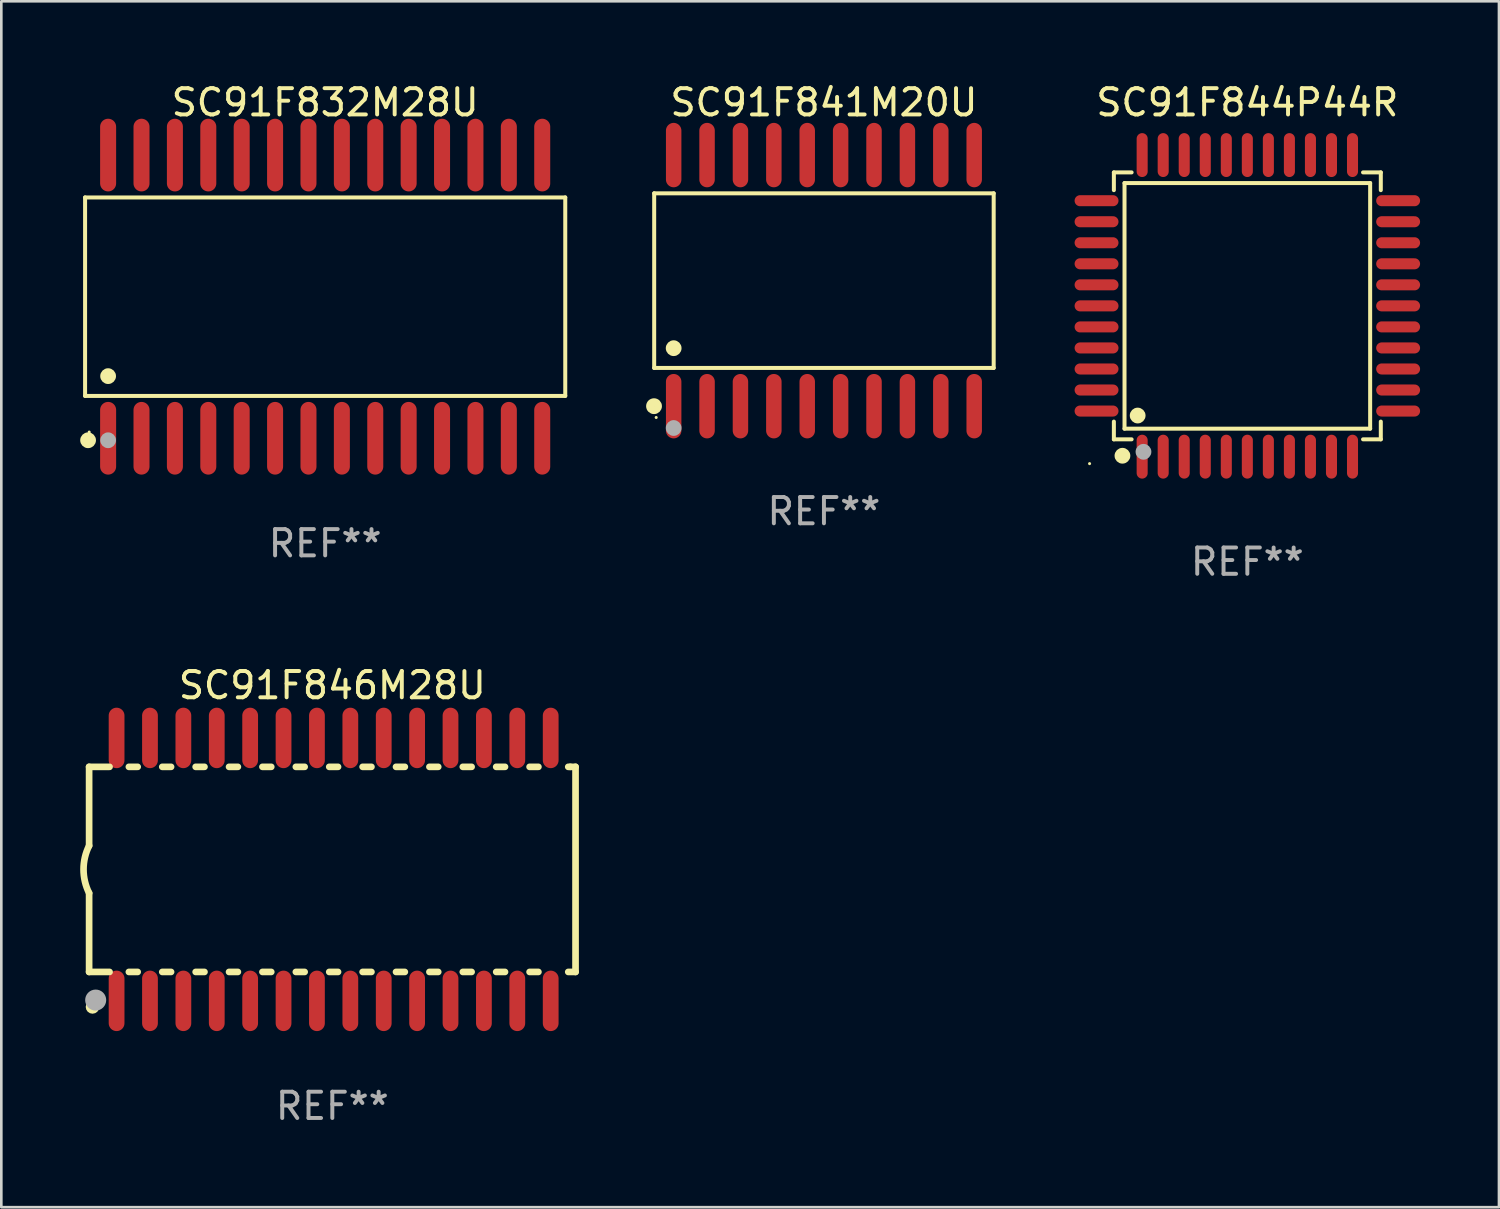
<source format=kicad_pcb>
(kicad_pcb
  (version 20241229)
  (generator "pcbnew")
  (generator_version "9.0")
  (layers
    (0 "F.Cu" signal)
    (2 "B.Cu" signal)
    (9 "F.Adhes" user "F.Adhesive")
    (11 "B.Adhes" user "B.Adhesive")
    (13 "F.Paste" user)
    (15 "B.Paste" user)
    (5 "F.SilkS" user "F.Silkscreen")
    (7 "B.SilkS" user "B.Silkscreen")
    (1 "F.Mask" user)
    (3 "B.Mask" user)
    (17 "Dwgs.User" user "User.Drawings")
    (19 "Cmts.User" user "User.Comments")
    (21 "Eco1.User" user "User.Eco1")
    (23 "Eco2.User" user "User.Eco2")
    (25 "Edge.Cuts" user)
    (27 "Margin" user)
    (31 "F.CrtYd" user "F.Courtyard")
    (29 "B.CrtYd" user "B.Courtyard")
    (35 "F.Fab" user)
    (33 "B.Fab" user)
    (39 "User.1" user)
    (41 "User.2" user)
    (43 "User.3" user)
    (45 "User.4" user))
  (footprint "SC91F841M20U"
    (layer "F.Cu")
    (at 28.286 7.623)
    (property "Reference" "SC91F841M20U" (at 0 -6.775 0) (layer "F.SilkS") (effects (font (size 1 1) (thickness 0.15))))
    (attr through_hole)
    (fp_line (start -6.456 -3.321) (end 6.456 -3.321) (stroke (width 0.152) (type solid)) (layer "F.SilkS"))
    (fp_line (start -6.456 3.321) (end -6.456 -3.321) (stroke (width 0.152) (type solid)) (layer "F.SilkS"))
    (fp_line (start 6.456 -3.321) (end 6.456 3.321) (stroke (width 0.152) (type solid)) (layer "F.SilkS"))
    (fp_line (start 6.456 3.321) (end -6.456 3.321) (stroke (width 0.152) (type solid)) (layer "F.SilkS"))
    (fp_circle (center -6.462 4.775) (end -6.311 4.775) (stroke (width 0.3) (type solid)) (fill no) (layer "F.SilkS"))
    (fp_circle (center -6.38 5.205) (end -6.35 5.205) (stroke (width 0.06) (type solid)) (fill no) (layer "F.SilkS"))
    (fp_circle (center -5.715 2.569) (end -5.565 2.569) (stroke (width 0.3) (type solid)) (fill no) (layer "F.SilkS"))
    (fp_circle (center -5.715 5.605) (end -5.565 5.605) (stroke (width 0.3) (type solid)) (fill no) (layer "F.Fab"))
    (fp_text user "REF**" (at 0 8.775 0) (layer "F.Fab") (effects (font (size 1 1) (thickness 0.15))))
    (pad "1" smd oval (at -5.715 4.775) (size 0.588 2.45) (layers "F.Cu" "F.Mask" "F.Paste"))
    (pad "2" smd oval (at -4.445 4.775) (size 0.588 2.45) (layers "F.Cu" "F.Mask" "F.Paste"))
    (pad "3" smd oval (at -3.175 4.775) (size 0.588 2.45) (layers "F.Cu" "F.Mask" "F.Paste"))
    (pad "4" smd oval (at -1.905 4.775) (size 0.588 2.45) (layers "F.Cu" "F.Mask" "F.Paste"))
    (pad "5" smd oval (at -0.635 4.775) (size 0.588 2.45) (layers "F.Cu" "F.Mask" "F.Paste"))
    (pad "6" smd oval (at 0.635 4.775) (size 0.588 2.45) (layers "F.Cu" "F.Mask" "F.Paste"))
    (pad "7" smd oval (at 1.905 4.775) (size 0.588 2.45) (layers "F.Cu" "F.Mask" "F.Paste"))
    (pad "8" smd oval (at 3.175 4.775) (size 0.588 2.45) (layers "F.Cu" "F.Mask" "F.Paste"))
    (pad "9" smd oval (at 4.445 4.775) (size 0.588 2.45) (layers "F.Cu" "F.Mask" "F.Paste"))
    (pad "10" smd oval (at 5.715 4.775) (size 0.588 2.45) (layers "F.Cu" "F.Mask" "F.Paste"))
    (pad "11" smd oval (at 5.715 -4.775) (size 0.588 2.45) (layers "F.Cu" "F.Mask" "F.Paste"))
    (pad "12" smd oval (at 4.445 -4.775) (size 0.588 2.45) (layers "F.Cu" "F.Mask" "F.Paste"))
    (pad "13" smd oval (at 3.175 -4.775) (size 0.588 2.45) (layers "F.Cu" "F.Mask" "F.Paste"))
    (pad "14" smd oval (at 1.905 -4.775) (size 0.588 2.45) (layers "F.Cu" "F.Mask" "F.Paste"))
    (pad "15" smd oval (at 0.635 -4.775) (size 0.588 2.45) (layers "F.Cu" "F.Mask" "F.Paste"))
    (pad "16" smd oval (at -0.635 -4.775) (size 0.588 2.45) (layers "F.Cu" "F.Mask" "F.Paste"))
    (pad "17" smd oval (at -1.905 -4.775) (size 0.588 2.45) (layers "F.Cu" "F.Mask" "F.Paste"))
    (pad "18" smd oval (at -3.175 -4.775) (size 0.588 2.45) (layers "F.Cu" "F.Mask" "F.Paste"))
    (pad "19" smd oval (at -4.445 -4.775) (size 0.588 2.45) (layers "F.Cu" "F.Mask" "F.Paste"))
    (pad "20" smd oval (at -5.715 -4.775) (size 0.588 2.45) (layers "F.Cu" "F.Mask" "F.Paste")))
  (footprint "SC91F846M28U"
    (layer "F.Cu")
    (at 9.589 30.015)
    (property "Reference" "SC91F846M28U" (at 0 -7 0) (layer "F.SilkS") (effects (font (size 1 1) (thickness 0.15))))
    (attr through_hole)
    (fp_line (start -9.25 -3.9) (end -9.25 -0.9) (stroke (width 0.254) (type solid)) (layer "F.SilkS"))
    (fp_line (start -9.25 -3.9) (end -8.473 -3.9) (stroke (width 0.254) (type solid)) (layer "F.SilkS"))
    (fp_line (start -9.25 3.9) (end -9.25 0.9) (stroke (width 0.254) (type solid)) (layer "F.SilkS"))
    (fp_line (start -9.25 3.9) (end -8.473 3.9) (stroke (width 0.254) (type solid)) (layer "F.SilkS"))
    (fp_line (start -7.737 -3.9) (end -7.403 -3.9) (stroke (width 0.254) (type solid)) (layer "F.SilkS"))
    (fp_line (start -7.737 3.9) (end -7.403 3.9) (stroke (width 0.254) (type solid)) (layer "F.SilkS"))
    (fp_line (start -6.467 3.9) (end -6.133 3.9) (stroke (width 0.254) (type solid)) (layer "F.SilkS"))
    (fp_line (start -6.467 -3.9) (end -6.133 -3.9) (stroke (width 0.254) (type solid)) (layer "F.SilkS"))
    (fp_line (start -5.197 3.9) (end -4.863 3.9) (stroke (width 0.254) (type solid)) (layer "F.SilkS"))
    (fp_line (start -5.197 -3.9) (end -4.863 -3.9) (stroke (width 0.254) (type solid)) (layer "F.SilkS"))
    (fp_line (start -3.927 3.9) (end -3.593 3.9) (stroke (width 0.254) (type solid)) (layer "F.SilkS"))
    (fp_line (start -3.927 -3.9) (end -3.593 -3.9) (stroke (width 0.254) (type solid)) (layer "F.SilkS"))
    (fp_line (start -2.657 3.9) (end -2.323 3.9) (stroke (width 0.254) (type solid)) (layer "F.SilkS"))
    (fp_line (start -2.657 -3.9) (end -2.323 -3.9) (stroke (width 0.254) (type solid)) (layer "F.SilkS"))
    (fp_line (start -1.387 3.9) (end -1.053 3.9) (stroke (width 0.254) (type solid)) (layer "F.SilkS"))
    (fp_line (start -1.387 -3.9) (end -1.053 -3.9) (stroke (width 0.254) (type solid)) (layer "F.SilkS"))
    (fp_line (start -0.117 3.9) (end 0.217 3.9) (stroke (width 0.254) (type solid)) (layer "F.SilkS"))
    (fp_line (start -0.117 -3.9) (end 0.217 -3.9) (stroke (width 0.254) (type solid)) (layer "F.SilkS"))
    (fp_line (start 1.153 3.9) (end 1.487 3.9) (stroke (width 0.254) (type solid)) (layer "F.SilkS"))
    (fp_line (start 1.153 -3.9) (end 1.487 -3.9) (stroke (width 0.254) (type solid)) (layer "F.SilkS"))
    (fp_line (start 2.423 3.9) (end 2.757 3.9) (stroke (width 0.254) (type solid)) (layer "F.SilkS"))
    (fp_line (start 2.423 -3.9) (end 2.757 -3.9) (stroke (width 0.254) (type solid)) (layer "F.SilkS"))
    (fp_line (start 3.693 3.9) (end 4.027 3.9) (stroke (width 0.254) (type solid)) (layer "F.SilkS"))
    (fp_line (start 3.693 -3.9) (end 4.027 -3.9) (stroke (width 0.254) (type solid)) (layer "F.SilkS"))
    (fp_line (start 4.963 3.9) (end 5.297 3.9) (stroke (width 0.254) (type solid)) (layer "F.SilkS"))
    (fp_line (start 4.963 -3.9) (end 5.297 -3.9) (stroke (width 0.254) (type solid)) (layer "F.SilkS"))
    (fp_line (start 6.233 3.9) (end 6.567 3.9) (stroke (width 0.254) (type solid)) (layer "F.SilkS"))
    (fp_line (start 6.233 -3.9) (end 6.567 -3.9) (stroke (width 0.254) (type solid)) (layer "F.SilkS"))
    (fp_line (start 7.503 -3.9) (end 7.837 -3.9) (stroke (width 0.254) (type solid)) (layer "F.SilkS"))
    (fp_line (start 7.503 3.9) (end 7.837 3.9) (stroke (width 0.254) (type solid)) (layer "F.SilkS"))
    (fp_line (start 8.973 -3.9) (end 9.05 -3.9) (stroke (width 0.254) (type solid)) (layer "F.SilkS"))
    (fp_line (start 8.973 3.9) (end 9.25 3.9) (stroke (width 0.254) (type solid)) (layer "F.SilkS"))
    (fp_line (start 9.05 -3.9) (end 9.25 -3.9) (stroke (width 0.254) (type solid)) (layer "F.SilkS"))
    (fp_line (start 9.25 -3.9) (end 9.25 3.9) (stroke (width 0.254) (type solid)) (layer "F.SilkS"))
    (fp_arc (start -9.249619 0.900432) (mid -9.462013 0.000246) (end -9.249873 -0.9) (stroke (width 0.254001) (type solid)) (layer "F.SilkS"))
    (fp_circle (center -9.2 5.3) (end -9.17 5.3) (stroke (width 0.06) (type solid)) (fill no) (layer "F.SilkS"))
    (fp_circle (center -9.12 5.23) (end -8.988 5.23) (stroke (width 0.254) (type solid)) (fill no) (layer "F.SilkS"))
    (fp_circle (center -9 4.97) (end -8.8 4.97) (stroke (width 0.4) (type solid)) (fill no) (layer "F.Fab"))
    (fp_text user "REF**" (at 0 9 0) (layer "F.Fab") (effects (font (size 1 1) (thickness 0.15))))
    (pad "1" smd oval (at -8.205 5) (size 0.6 2.3) (layers "F.Cu" "F.Mask" "F.Paste"))
    (pad "2" smd oval (at -6.935 5) (size 0.6 2.3) (layers "F.Cu" "F.Mask" "F.Paste"))
    (pad "3" smd oval (at -5.665 5) (size 0.6 2.3) (layers "F.Cu" "F.Mask" "F.Paste"))
    (pad "4" smd oval (at -4.395 5) (size 0.6 2.3) (layers "F.Cu" "F.Mask" "F.Paste"))
    (pad "5" smd oval (at -3.125 5) (size 0.6 2.3) (layers "F.Cu" "F.Mask" "F.Paste"))
    (pad "6" smd oval (at -1.855 5) (size 0.6 2.3) (layers "F.Cu" "F.Mask" "F.Paste"))
    (pad "7" smd oval (at -0.585 5) (size 0.6 2.3) (layers "F.Cu" "F.Mask" "F.Paste"))
    (pad "8" smd oval (at 0.685 5) (size 0.6 2.3) (layers "F.Cu" "F.Mask" "F.Paste"))
    (pad "9" smd oval (at 1.955 5) (size 0.6 2.3) (layers "F.Cu" "F.Mask" "F.Paste"))
    (pad "10" smd oval (at 3.225 5) (size 0.6 2.3) (layers "F.Cu" "F.Mask" "F.Paste"))
    (pad "11" smd oval (at 4.495 5) (size 0.6 2.3) (layers "F.Cu" "F.Mask" "F.Paste"))
    (pad "12" smd oval (at 5.765 5) (size 0.6 2.3) (layers "F.Cu" "F.Mask" "F.Paste"))
    (pad "13" smd oval (at 7.035 5) (size 0.6 2.3) (layers "F.Cu" "F.Mask" "F.Paste"))
    (pad "14" smd oval (at 8.305 5) (size 0.6 2.3) (layers "F.Cu" "F.Mask" "F.Paste"))
    (pad "15" smd oval (at 8.305 -5) (size 0.6 2.3) (layers "F.Cu" "F.Mask" "F.Paste"))
    (pad "16" smd oval (at 7.035 -5) (size 0.6 2.3) (layers "F.Cu" "F.Mask" "F.Paste"))
    (pad "17" smd oval (at 5.765 -5) (size 0.6 2.3) (layers "F.Cu" "F.Mask" "F.Paste"))
    (pad "18" smd oval (at 4.495 -5) (size 0.6 2.3) (layers "F.Cu" "F.Mask" "F.Paste"))
    (pad "19" smd oval (at 3.225 -5) (size 0.6 2.3) (layers "F.Cu" "F.Mask" "F.Paste"))
    (pad "20" smd oval (at 1.955 -5) (size 0.6 2.3) (layers "F.Cu" "F.Mask" "F.Paste"))
    (pad "21" smd oval (at 0.685 -5) (size 0.6 2.3) (layers "F.Cu" "F.Mask" "F.Paste"))
    (pad "22" smd oval (at -0.585 -5) (size 0.6 2.3) (layers "F.Cu" "F.Mask" "F.Paste"))
    (pad "23" smd oval (at -1.855 -5) (size 0.6 2.3) (layers "F.Cu" "F.Mask" "F.Paste"))
    (pad "24" smd oval (at -3.125 -5) (size 0.6 2.3) (layers "F.Cu" "F.Mask" "F.Paste"))
    (pad "25" smd oval (at -4.395 -5) (size 0.6 2.3) (layers "F.Cu" "F.Mask" "F.Paste"))
    (pad "26" smd oval (at -5.665 -5) (size 0.6 2.3) (layers "F.Cu" "F.Mask" "F.Paste"))
    (pad "27" smd oval (at -6.935 -5) (size 0.6 2.3) (layers "F.Cu" "F.Mask" "F.Paste"))
    (pad "28" smd oval (at -8.205 -5) (size 0.6 2.3) (layers "F.Cu" "F.Mask" "F.Paste")))
  (footprint "SC91F832M28U"
    (layer "F.Cu")
    (at 9.317 8.233)
    (property "Reference" "SC91F832M28U" (at 0 -7.385 0) (layer "F.SilkS") (effects (font (size 1 1) (thickness 0.15))))
    (attr through_hole)
    (fp_line (start -9.131 -3.774) (end 9.131 -3.774) (stroke (width 0.152) (type solid)) (layer "F.SilkS"))
    (fp_line (start -9.131 3.774) (end -9.131 -3.774) (stroke (width 0.152) (type solid)) (layer "F.SilkS"))
    (fp_line (start 9.131 -3.774) (end 9.131 3.774) (stroke (width 0.152) (type solid)) (layer "F.SilkS"))
    (fp_line (start 9.131 3.774) (end -9.131 3.774) (stroke (width 0.152) (type solid)) (layer "F.SilkS"))
    (fp_circle (center -9.017 5.461) (end -8.867 5.461) (stroke (width 0.3) (type solid)) (fill no) (layer "F.SilkS"))
    (fp_circle (center -8.975 5.15) (end -8.945 5.15) (stroke (width 0.06) (type solid)) (fill no) (layer "F.SilkS"))
    (fp_circle (center -8.255 3.022) (end -8.105 3.022) (stroke (width 0.3) (type solid)) (fill no) (layer "F.SilkS"))
    (fp_circle (center -8.255 5.461) (end -8.105 5.461) (stroke (width 0.3) (type solid)) (fill no) (layer "F.Fab"))
    (fp_text user "REF**" (at 0 9.385 0) (layer "F.Fab") (effects (font (size 1 1) (thickness 0.15))))
    (pad "1" smd oval (at -8.255 5.385) (size 0.609 2.765) (layers "F.Cu" "F.Mask" "F.Paste"))
    (pad "2" smd oval (at -6.985 5.385) (size 0.609 2.765) (layers "F.Cu" "F.Mask" "F.Paste"))
    (pad "3" smd oval (at -5.715 5.385) (size 0.609 2.765) (layers "F.Cu" "F.Mask" "F.Paste"))
    (pad "4" smd oval (at -4.445 5.385) (size 0.609 2.765) (layers "F.Cu" "F.Mask" "F.Paste"))
    (pad "5" smd oval (at -3.175 5.385) (size 0.609 2.765) (layers "F.Cu" "F.Mask" "F.Paste"))
    (pad "6" smd oval (at -1.905 5.385) (size 0.609 2.765) (layers "F.Cu" "F.Mask" "F.Paste"))
    (pad "7" smd oval (at -0.635 5.385) (size 0.609 2.765) (layers "F.Cu" "F.Mask" "F.Paste"))
    (pad "8" smd oval (at 0.635 5.385) (size 0.609 2.765) (layers "F.Cu" "F.Mask" "F.Paste"))
    (pad "9" smd oval (at 1.905 5.385) (size 0.609 2.765) (layers "F.Cu" "F.Mask" "F.Paste"))
    (pad "10" smd oval (at 3.175 5.385) (size 0.609 2.765) (layers "F.Cu" "F.Mask" "F.Paste"))
    (pad "11" smd oval (at 4.445 5.385) (size 0.609 2.765) (layers "F.Cu" "F.Mask" "F.Paste"))
    (pad "12" smd oval (at 5.715 5.385) (size 0.609 2.765) (layers "F.Cu" "F.Mask" "F.Paste"))
    (pad "13" smd oval (at 6.985 5.385) (size 0.609 2.765) (layers "F.Cu" "F.Mask" "F.Paste"))
    (pad "14" smd oval (at 8.255 5.385) (size 0.609 2.765) (layers "F.Cu" "F.Mask" "F.Paste"))
    (pad "15" smd oval (at 8.255 -5.385) (size 0.609 2.765) (layers "F.Cu" "F.Mask" "F.Paste"))
    (pad "16" smd oval (at 6.985 -5.385) (size 0.609 2.765) (layers "F.Cu" "F.Mask" "F.Paste"))
    (pad "17" smd oval (at 5.715 -5.385) (size 0.609 2.765) (layers "F.Cu" "F.Mask" "F.Paste"))
    (pad "18" smd oval (at 4.445 -5.385) (size 0.609 2.765) (layers "F.Cu" "F.Mask" "F.Paste"))
    (pad "19" smd oval (at 3.175 -5.385) (size 0.609 2.765) (layers "F.Cu" "F.Mask" "F.Paste"))
    (pad "20" smd oval (at 1.905 -5.385) (size 0.609 2.765) (layers "F.Cu" "F.Mask" "F.Paste"))
    (pad "21" smd oval (at 0.635 -5.385) (size 0.609 2.765) (layers "F.Cu" "F.Mask" "F.Paste"))
    (pad "22" smd oval (at -0.635 -5.385) (size 0.609 2.765) (layers "F.Cu" "F.Mask" "F.Paste"))
    (pad "23" smd oval (at -1.905 -5.385) (size 0.609 2.765) (layers "F.Cu" "F.Mask" "F.Paste"))
    (pad "24" smd oval (at -3.175 -5.385) (size 0.609 2.765) (layers "F.Cu" "F.Mask" "F.Paste"))
    (pad "25" smd oval (at -4.445 -5.385) (size 0.609 2.765) (layers "F.Cu" "F.Mask" "F.Paste"))
    (pad "26" smd oval (at -5.715 -5.385) (size 0.609 2.765) (layers "F.Cu" "F.Mask" "F.Paste"))
    (pad "27" smd oval (at -6.985 -5.385) (size 0.609 2.765) (layers "F.Cu" "F.Mask" "F.Paste"))
    (pad "28" smd oval (at -8.255 -5.385) (size 0.609 2.765) (layers "F.Cu" "F.Mask" "F.Paste")))
  (footprint "SC91F844P44R"
    (layer "F.Cu")
    (at 44.389 8.583)
    (property "Reference" "SC91F844P44R" (at 0 -7.735 0) (layer "F.SilkS") (effects (font (size 1 1) (thickness 0.15))))
    (attr through_hole)
    (fp_line (start -5.076 -5.076) (end -4.401 -5.076) (stroke (width 0.152) (type solid)) (layer "F.SilkS"))
    (fp_line (start -5.076 -4.401) (end -5.076 -5.076) (stroke (width 0.152) (type solid)) (layer "F.SilkS"))
    (fp_line (start -5.076 4.401) (end -5.076 5.076) (stroke (width 0.152) (type solid)) (layer "F.SilkS"))
    (fp_line (start -5.076 5.076) (end -4.401 5.076) (stroke (width 0.152) (type solid)) (layer "F.SilkS"))
    (fp_line (start -4.671 -4.671) (end 4.671 -4.671) (stroke (width 0.152) (type solid)) (layer "F.SilkS"))
    (fp_line (start -4.671 4.671) (end -4.671 -4.671) (stroke (width 0.152) (type solid)) (layer "F.SilkS"))
    (fp_line (start 4.671 -4.671) (end 4.671 4.671) (stroke (width 0.152) (type solid)) (layer "F.SilkS"))
    (fp_line (start 4.671 4.671) (end -4.671 4.671) (stroke (width 0.152) (type solid)) (layer "F.SilkS"))
    (fp_line (start 5.076 -5.076) (end 4.401 -5.076) (stroke (width 0.152) (type solid)) (layer "F.SilkS"))
    (fp_line (start 5.076 -4.401) (end 5.076 -5.076) (stroke (width 0.152) (type solid)) (layer "F.SilkS"))
    (fp_line (start 5.076 4.401) (end 5.076 5.076) (stroke (width 0.152) (type solid)) (layer "F.SilkS"))
    (fp_line (start 5.076 5.076) (end 4.401 5.076) (stroke (width 0.152) (type solid)) (layer "F.SilkS"))
    (fp_circle (center -6 6) (end -5.97 6) (stroke (width 0.06) (type solid)) (fill no) (layer "F.SilkS"))
    (fp_circle (center -4.75 5.7) (end -4.6 5.7) (stroke (width 0.3) (type solid)) (fill no) (layer "F.SilkS"))
    (fp_circle (center -4.171 4.171) (end -4.021 4.171) (stroke (width 0.3) (type solid)) (fill no) (layer "F.SilkS"))
    (fp_circle (center -3.95 5.55) (end -3.8 5.55) (stroke (width 0.3) (type solid)) (fill no) (layer "F.Fab"))
    (fp_text user "REF**" (at 0 9.735 0) (layer "F.Fab") (effects (font (size 1 1) (thickness 0.15))))
    (pad "1" smd oval (at -4 5.735) (size 0.42 1.67) (layers "F.Cu" "F.Mask" "F.Paste"))
    (pad "2" smd oval (at -3.2 5.735) (size 0.42 1.67) (layers "F.Cu" "F.Mask" "F.Paste"))
    (pad "3" smd oval (at -2.4 5.735) (size 0.42 1.67) (layers "F.Cu" "F.Mask" "F.Paste"))
    (pad "4" smd oval (at -1.6 5.735) (size 0.42 1.67) (layers "F.Cu" "F.Mask" "F.Paste"))
    (pad "5" smd oval (at -0.8 5.735) (size 0.42 1.67) (layers "F.Cu" "F.Mask" "F.Paste"))
    (pad "6" smd oval (at 0 5.735) (size 0.42 1.67) (layers "F.Cu" "F.Mask" "F.Paste"))
    (pad "7" smd oval (at 0.8 5.735) (size 0.42 1.67) (layers "F.Cu" "F.Mask" "F.Paste"))
    (pad "8" smd oval (at 1.6 5.735) (size 0.42 1.67) (layers "F.Cu" "F.Mask" "F.Paste"))
    (pad "9" smd oval (at 2.4 5.735) (size 0.42 1.67) (layers "F.Cu" "F.Mask" "F.Paste"))
    (pad "10" smd oval (at 3.2 5.735) (size 0.42 1.67) (layers "F.Cu" "F.Mask" "F.Paste"))
    (pad "11" smd oval (at 4 5.735) (size 0.42 1.67) (layers "F.Cu" "F.Mask" "F.Paste"))
    (pad "12" smd oval (at 5.735 4) (size 1.67 0.42) (layers "F.Cu" "F.Mask" "F.Paste"))
    (pad "13" smd oval (at 5.735 3.2) (size 1.67 0.42) (layers "F.Cu" "F.Mask" "F.Paste"))
    (pad "14" smd oval (at 5.735 2.4) (size 1.67 0.42) (layers "F.Cu" "F.Mask" "F.Paste"))
    (pad "15" smd oval (at 5.735 1.6) (size 1.67 0.42) (layers "F.Cu" "F.Mask" "F.Paste"))
    (pad "16" smd oval (at 5.735 0.8) (size 1.67 0.42) (layers "F.Cu" "F.Mask" "F.Paste"))
    (pad "17" smd oval (at 5.735 0) (size 1.67 0.42) (layers "F.Cu" "F.Mask" "F.Paste"))
    (pad "18" smd oval (at 5.735 -0.8) (size 1.67 0.42) (layers "F.Cu" "F.Mask" "F.Paste"))
    (pad "19" smd oval (at 5.735 -1.6) (size 1.67 0.42) (layers "F.Cu" "F.Mask" "F.Paste"))
    (pad "20" smd oval (at 5.735 -2.4) (size 1.67 0.42) (layers "F.Cu" "F.Mask" "F.Paste"))
    (pad "21" smd oval (at 5.735 -3.2) (size 1.67 0.42) (layers "F.Cu" "F.Mask" "F.Paste"))
    (pad "22" smd oval (at 5.735 -4) (size 1.67 0.42) (layers "F.Cu" "F.Mask" "F.Paste"))
    (pad "23" smd oval (at 4 -5.735) (size 0.42 1.67) (layers "F.Cu" "F.Mask" "F.Paste"))
    (pad "24" smd oval (at 3.2 -5.735) (size 0.42 1.67) (layers "F.Cu" "F.Mask" "F.Paste"))
    (pad "25" smd oval (at 2.4 -5.735) (size 0.42 1.67) (layers "F.Cu" "F.Mask" "F.Paste"))
    (pad "26" smd oval (at 1.6 -5.735) (size 0.42 1.67) (layers "F.Cu" "F.Mask" "F.Paste"))
    (pad "27" smd oval (at 0.8 -5.735) (size 0.42 1.67) (layers "F.Cu" "F.Mask" "F.Paste"))
    (pad "28" smd oval (at 0 -5.735) (size 0.42 1.67) (layers "F.Cu" "F.Mask" "F.Paste"))
    (pad "29" smd oval (at -0.8 -5.735) (size 0.42 1.67) (layers "F.Cu" "F.Mask" "F.Paste"))
    (pad "30" smd oval (at -1.6 -5.735) (size 0.42 1.67) (layers "F.Cu" "F.Mask" "F.Paste"))
    (pad "31" smd oval (at -2.4 -5.735) (size 0.42 1.67) (layers "F.Cu" "F.Mask" "F.Paste"))
    (pad "32" smd oval (at -3.2 -5.735) (size 0.42 1.67) (layers "F.Cu" "F.Mask" "F.Paste"))
    (pad "33" smd oval (at -4 -5.735) (size 0.42 1.67) (layers "F.Cu" "F.Mask" "F.Paste"))
    (pad "34" smd oval (at -5.735 -4) (size 1.67 0.42) (layers "F.Cu" "F.Mask" "F.Paste"))
    (pad "35" smd oval (at -5.735 -3.2) (size 1.67 0.42) (layers "F.Cu" "F.Mask" "F.Paste"))
    (pad "36" smd oval (at -5.735 -2.4) (size 1.67 0.42) (layers "F.Cu" "F.Mask" "F.Paste"))
    (pad "37" smd oval (at -5.735 -1.6) (size 1.67 0.42) (layers "F.Cu" "F.Mask" "F.Paste"))
    (pad "38" smd oval (at -5.735 -0.8) (size 1.67 0.42) (layers "F.Cu" "F.Mask" "F.Paste"))
    (pad "39" smd oval (at -5.735 0) (size 1.67 0.42) (layers "F.Cu" "F.Mask" "F.Paste"))
    (pad "40" smd oval (at -5.735 0.8) (size 1.67 0.42) (layers "F.Cu" "F.Mask" "F.Paste"))
    (pad "41" smd oval (at -5.735 1.6) (size 1.67 0.42) (layers "F.Cu" "F.Mask" "F.Paste"))
    (pad "42" smd oval (at -5.735 2.4) (size 1.67 0.42) (layers "F.Cu" "F.Mask" "F.Paste"))
    (pad "43" smd oval (at -5.735 3.2) (size 1.67 0.42) (layers "F.Cu" "F.Mask" "F.Paste"))
    (pad "44" smd oval (at -5.735 4) (size 1.67 0.42) (layers "F.Cu" "F.Mask" "F.Paste")))
  (gr_rect
    (start -3 -3)
    (end 53.959 42.863)
    (stroke (width 0.1) (type default))
    (fill no)
    (layer "Edge.Cuts")))
</source>
